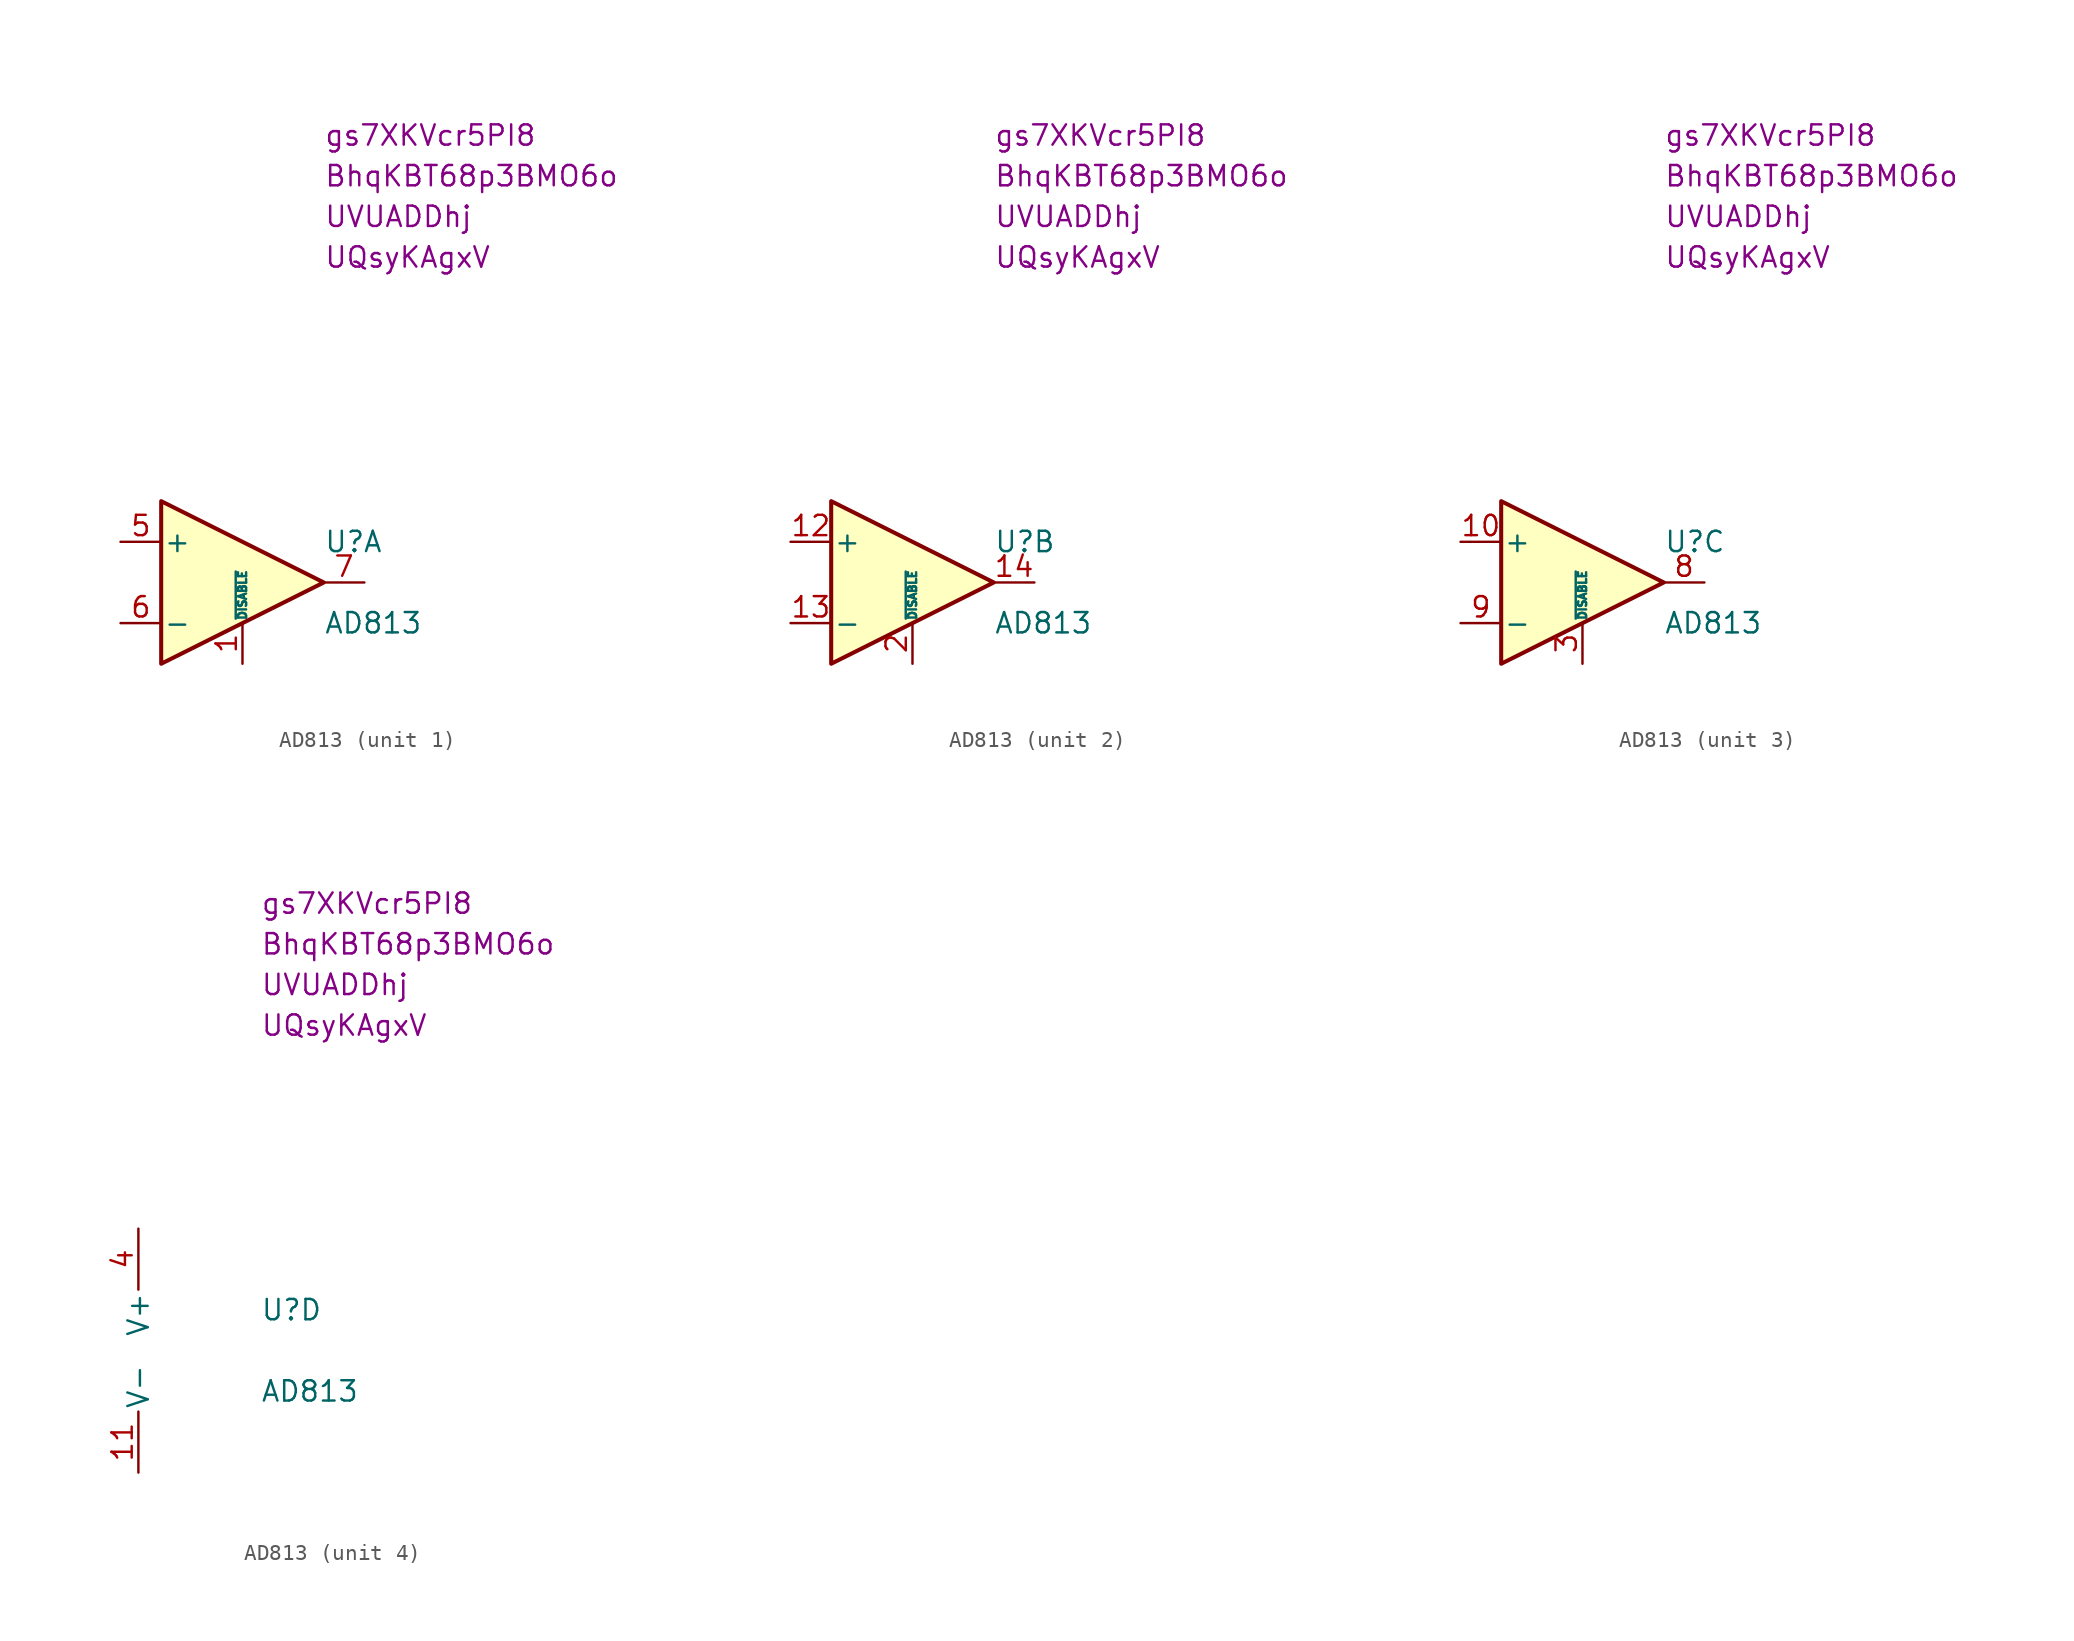
<source format=kicad_sym>
(kicad_symbol_lib
  (version 20201005)
  (generator kicad_symbol_editor)
  (symbol "Amplifier_Video:AD813"
    (pin_names
      (offset 0.127))
    (property "Reference" "U"
      (at 5.08 2.54 0)
      (effects (font (size 1.27 1.27)) (justify left)))
    (property "Value" "AD813"
      (at 5.08 -2.54 0)
      (effects (font (size 1.27 1.27)) (justify left)))
    (symbol "AD813_1_1"
      (polyline (pts (xy 5.08 0) (xy -5.08 5.08) (xy -5.08 -5.08) (xy 5.08 0)) (stroke (width 0.254)) (fill (type background)))
      (pin input line (at 0 -5.08 90) (length 2.54) (name "~DISABLE" (effects (font (size 0.508 0.508)))) (number "1" (effects (font (size 1.27 1.27)))))
      (pin input line (at -7.62 2.54 0) (length 2.54) (name "+" (effects (font (size 1.27 1.27)))) (number "5" (effects (font (size 1.27 1.27)))))
      (pin input line (at -7.62 -2.54 0) (length 2.54) (name "-" (effects (font (size 1.27 1.27)))) (number "6" (effects (font (size 1.27 1.27)))))
      (pin output line (at 7.62 0 180) (length 2.54) (name "~" (effects (font (size 1.27 1.27)))) (number "7" (effects (font (size 1.27 1.27))))))
    (symbol "AD813_2_1"
      (polyline (pts (xy 5.08 0) (xy -5.08 5.08) (xy -5.08 -5.08) (xy 5.08 0)) (stroke (width 0.254)) (fill (type background)))
      (pin input line (at -7.62 2.54 0) (length 2.54) (name "+" (effects (font (size 1.27 1.27)))) (number "12" (effects (font (size 1.27 1.27)))))
      (pin input line (at -7.62 -2.54 0) (length 2.54) (name "-" (effects (font (size 1.27 1.27)))) (number "13" (effects (font (size 1.27 1.27)))))
      (pin output line (at 7.62 0 180) (length 2.54) (name "~" (effects (font (size 1.27 1.27)))) (number "14" (effects (font (size 1.27 1.27)))))
      (pin input line (at 0 -5.08 90) (length 2.54) (name "~DISABLE" (effects (font (size 0.508 0.508)))) (number "2" (effects (font (size 1.27 1.27))))))
    (symbol "AD813_3_1"
      (polyline (pts (xy 5.08 0) (xy -5.08 5.08) (xy -5.08 -5.08) (xy 5.08 0)) (stroke (width 0.254)) (fill (type background)))
      (pin input line (at -7.62 2.54 0) (length 2.54) (name "+" (effects (font (size 1.27 1.27)))) (number "10" (effects (font (size 1.27 1.27)))))
      (pin input line (at 0 -5.08 90) (length 2.54) (name "~DISABLE" (effects (font (size 0.508 0.508)))) (number "3" (effects (font (size 1.27 1.27)))))
      (pin output line (at 7.62 0 180) (length 2.54) (name "~" (effects (font (size 1.27 1.27)))) (number "8" (effects (font (size 1.27 1.27)))))
      (pin input line (at -7.62 -2.54 0) (length 2.54) (name "-" (effects (font (size 1.27 1.27)))) (number "9" (effects (font (size 1.27 1.27))))))
    (symbol "AD813_4_1"
      (pin power_in line (at -2.54 -7.62 90) (length 3.81) (name "V-" (effects (font (size 1.27 1.27)))) (number "11" (effects (font (size 1.27 1.27)))))
      (pin power_in line (at -2.54 7.62 270) (length 3.81) (name "V+" (effects (font (size 1.27 1.27)))) (number "4" (effects (font (size 1.27 1.27))))))
    (property "zzz" "UQsyKAgxV"
      (at 5.08 20.32 0)
      (effects (font (size 1.27 1.27)) (justify left)))
    (property "zzzHy" "UVUADDhj"
      (at 5.08 22.86 0)
      (effects (font (size 1.27 1.27)) (justify left)))
    (property "zzzpM" "BhqKBT68p3BMO6o"
      (at 5.08 25.4 0)
      (effects (font (size 1.27 1.27)) (justify left)))
    (property "zzzyu8" "gs7XKVcr5PI8"
      (at 5.08 27.94 0)
      (effects (font (size 1.27 1.27)) (justify left)))))
</source>
